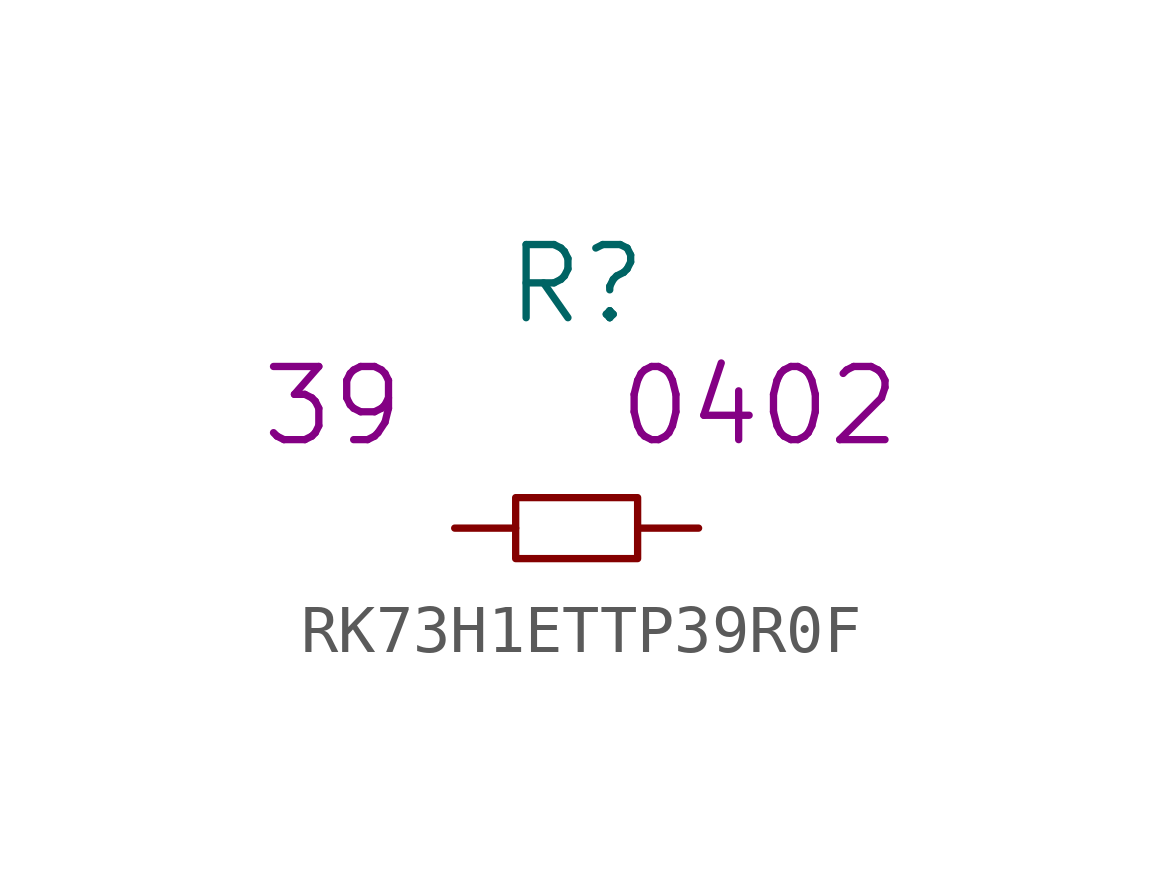
<source format=kicad_sym>
(kicad_symbol_lib
  (version 20220914)
  (generator kicad_symbol_editor)
  (symbol "RK73H1ETTP39R0F"
    (pin_numbers hide)
    (pin_names
      (offset 1.016) hide)
    (property "Reference" "R"
      (at 0 5.08 0)
      (effects (font (size 1.524 1.524))))
    (property "Value2" "39"
      (at -5.08 2.54 0)
      (effects (font (size 1.524 1.524))))
    (property "Size" "0402"
      (at 3.81 2.54 0)
      (effects (font (size 1.524 1.524))))
    (symbol "RK73H1ETTP39R0F_0_1"
      (rectangle (start -1.27 0.635) (end 1.27 -0.635) (stroke (width 0) (type solid)) (fill (type none))))
    (symbol "RK73H1ETTP39R0F_1_1"
      (pin passive line (at -2.54 0 0) (length 1.27) (name "1" (effects (font (size 1.27 1.27)))) (number "1" (effects (font (size 1.27 1.27)))))
      (pin passive line (at 2.54 0 180) (length 1.27) (name "2" (effects (font (size 1.27 1.27)))) (number "2" (effects (font (size 1.27 1.27))))))))
</source>
